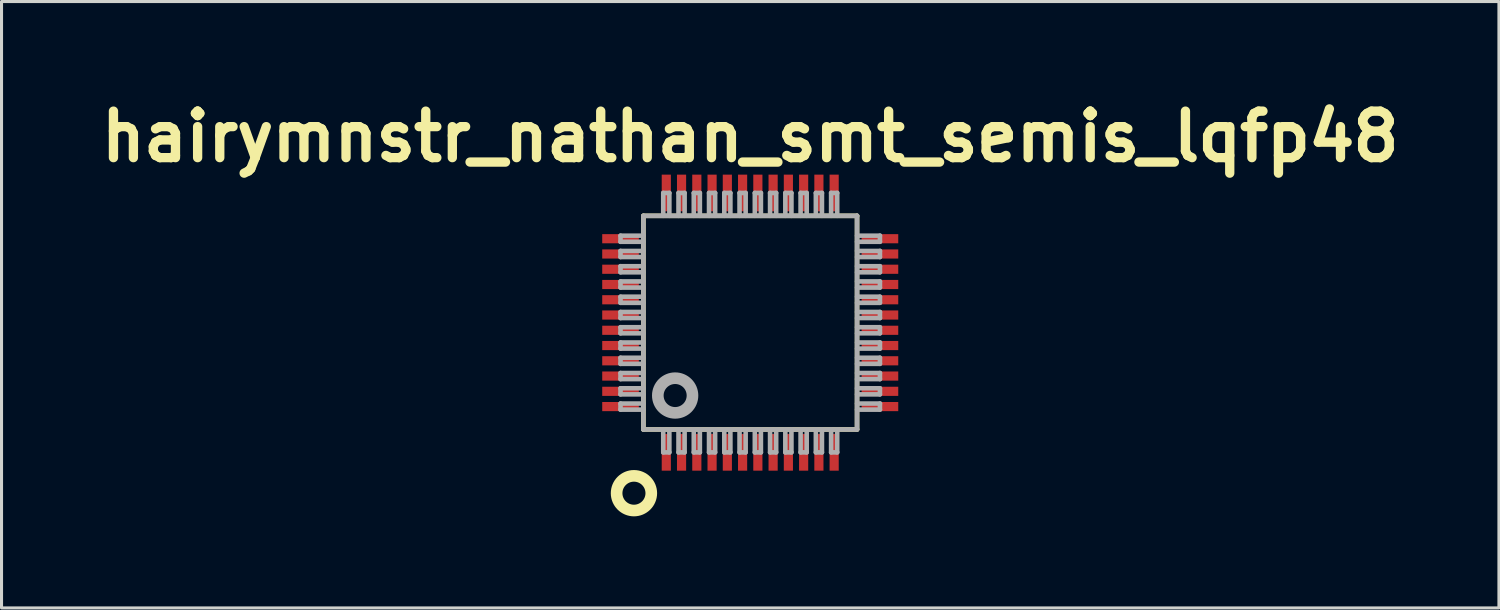
<source format=kicad_pcb>
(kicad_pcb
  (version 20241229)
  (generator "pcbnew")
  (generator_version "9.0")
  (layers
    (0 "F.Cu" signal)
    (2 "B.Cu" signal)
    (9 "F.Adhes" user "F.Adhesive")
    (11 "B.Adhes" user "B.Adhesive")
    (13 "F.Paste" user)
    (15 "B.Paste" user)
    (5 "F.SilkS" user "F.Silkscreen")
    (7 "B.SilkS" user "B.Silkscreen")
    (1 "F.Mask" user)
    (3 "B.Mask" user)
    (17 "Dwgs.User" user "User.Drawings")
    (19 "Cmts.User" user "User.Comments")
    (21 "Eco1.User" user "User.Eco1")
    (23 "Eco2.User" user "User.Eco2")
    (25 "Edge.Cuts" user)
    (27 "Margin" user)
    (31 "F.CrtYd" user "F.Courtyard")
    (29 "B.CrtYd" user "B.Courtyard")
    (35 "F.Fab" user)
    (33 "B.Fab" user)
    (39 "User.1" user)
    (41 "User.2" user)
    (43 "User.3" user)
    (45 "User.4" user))
  (footprint "hairymnstr_nathan_smt_semis_lqfp48"
    (layer "F.Cu")
    (at 21.532 7.522)
    (property "Reference" "hairymnstr_nathan_smt_semis_lqfp48" (at 0 -6.096 0) (layer "F.SilkS") (effects (font (size 1.524 1.524) (thickness 0.305))))
    (attr smd)
    (fp_line (start -3.5 -3.5) (end 3.5 -3.5) (stroke (width 0.15) (type solid)) (layer "F.SilkS"))
    (fp_line (start -3.5 3.5) (end -3.5 -3.5) (stroke (width 0.15) (type solid)) (layer "F.SilkS"))
    (fp_line (start 3.5 -3.5) (end 3.5 3.5) (stroke (width 0.15) (type solid)) (layer "F.SilkS"))
    (fp_line (start 3.5 3.5) (end -3.5 3.5) (stroke (width 0.15) (type solid)) (layer "F.SilkS"))
    (fp_circle (center -3.81 5.588) (end -3.302 5.334) (stroke (width 0.381) (type solid)) (fill no) (layer "F.SilkS"))
    (fp_line (start -4.25 -2.85) (end -4.25 -2.65) (stroke (width 0.15) (type solid)) (layer "F.Fab"))
    (fp_line (start -4.25 -2.65) (end -3.5 -2.65) (stroke (width 0.15) (type solid)) (layer "F.Fab"))
    (fp_line (start -4.25 -2.35) (end -4.25 -2.15) (stroke (width 0.15) (type solid)) (layer "F.Fab"))
    (fp_line (start -4.25 -2.15) (end -3.5 -2.15) (stroke (width 0.15) (type solid)) (layer "F.Fab"))
    (fp_line (start -4.25 -1.85) (end -4.25 -1.65) (stroke (width 0.15) (type solid)) (layer "F.Fab"))
    (fp_line (start -4.25 -1.65) (end -3.5 -1.65) (stroke (width 0.15) (type solid)) (layer "F.Fab"))
    (fp_line (start -4.25 -1.35) (end -4.25 -1.15) (stroke (width 0.15) (type solid)) (layer "F.Fab"))
    (fp_line (start -4.25 -1.15) (end -3.5 -1.15) (stroke (width 0.15) (type solid)) (layer "F.Fab"))
    (fp_line (start -4.25 -0.85) (end -4.25 -0.65) (stroke (width 0.15) (type solid)) (layer "F.Fab"))
    (fp_line (start -4.25 -0.65) (end -3.5 -0.65) (stroke (width 0.15) (type solid)) (layer "F.Fab"))
    (fp_line (start -4.25 -0.35) (end -4.25 -0.15) (stroke (width 0.15) (type solid)) (layer "F.Fab"))
    (fp_line (start -4.25 -0.15) (end -3.5 -0.15) (stroke (width 0.15) (type solid)) (layer "F.Fab"))
    (fp_line (start -4.25 0.15) (end -4.25 0.35) (stroke (width 0.15) (type solid)) (layer "F.Fab"))
    (fp_line (start -4.25 0.35) (end -3.5 0.35) (stroke (width 0.15) (type solid)) (layer "F.Fab"))
    (fp_line (start -4.25 0.65) (end -4.25 0.85) (stroke (width 0.15) (type solid)) (layer "F.Fab"))
    (fp_line (start -4.25 0.85) (end -3.5 0.85) (stroke (width 0.15) (type solid)) (layer "F.Fab"))
    (fp_line (start -4.25 1.15) (end -4.25 1.35) (stroke (width 0.15) (type solid)) (layer "F.Fab"))
    (fp_line (start -4.25 1.35) (end -3.5 1.35) (stroke (width 0.15) (type solid)) (layer "F.Fab"))
    (fp_line (start -4.25 1.65) (end -4.25 1.85) (stroke (width 0.15) (type solid)) (layer "F.Fab"))
    (fp_line (start -4.25 1.85) (end -3.5 1.85) (stroke (width 0.15) (type solid)) (layer "F.Fab"))
    (fp_line (start -4.25 2.15) (end -4.25 2.35) (stroke (width 0.15) (type solid)) (layer "F.Fab"))
    (fp_line (start -4.25 2.35) (end -3.5 2.35) (stroke (width 0.15) (type solid)) (layer "F.Fab"))
    (fp_line (start -4.25 2.65) (end -4.25 2.85) (stroke (width 0.15) (type solid)) (layer "F.Fab"))
    (fp_line (start -4.25 2.85) (end -3.5 2.85) (stroke (width 0.15) (type solid)) (layer "F.Fab"))
    (fp_line (start -3.5 -3.5) (end 3.5 -3.5) (stroke (width 0.15) (type solid)) (layer "F.Fab"))
    (fp_line (start -3.5 -2.85) (end -4.25 -2.85) (stroke (width 0.15) (type solid)) (layer "F.Fab"))
    (fp_line (start -3.5 -2.35) (end -4.25 -2.35) (stroke (width 0.15) (type solid)) (layer "F.Fab"))
    (fp_line (start -3.5 -1.85) (end -4.25 -1.85) (stroke (width 0.15) (type solid)) (layer "F.Fab"))
    (fp_line (start -3.5 -1.35) (end -4.25 -1.35) (stroke (width 0.15) (type solid)) (layer "F.Fab"))
    (fp_line (start -3.5 -0.85) (end -4.25 -0.85) (stroke (width 0.15) (type solid)) (layer "F.Fab"))
    (fp_line (start -3.5 -0.35) (end -4.25 -0.35) (stroke (width 0.15) (type solid)) (layer "F.Fab"))
    (fp_line (start -3.5 0.15) (end -4.25 0.15) (stroke (width 0.15) (type solid)) (layer "F.Fab"))
    (fp_line (start -3.5 0.65) (end -4.25 0.65) (stroke (width 0.15) (type solid)) (layer "F.Fab"))
    (fp_line (start -3.5 1.15) (end -4.25 1.15) (stroke (width 0.15) (type solid)) (layer "F.Fab"))
    (fp_line (start -3.5 1.65) (end -4.25 1.65) (stroke (width 0.15) (type solid)) (layer "F.Fab"))
    (fp_line (start -3.5 2.15) (end -4.25 2.15) (stroke (width 0.15) (type solid)) (layer "F.Fab"))
    (fp_line (start -3.5 2.65) (end -4.25 2.65) (stroke (width 0.15) (type solid)) (layer "F.Fab"))
    (fp_line (start -3.5 3.5) (end -3.5 -3.5) (stroke (width 0.15) (type solid)) (layer "F.Fab"))
    (fp_line (start -2.85 -4.25) (end -2.65 -4.25) (stroke (width 0.15) (type solid)) (layer "F.Fab"))
    (fp_line (start -2.85 -3.5) (end -2.85 -4.25) (stroke (width 0.15) (type solid)) (layer "F.Fab"))
    (fp_line (start -2.85 3.5) (end -2.85 4.25) (stroke (width 0.15) (type solid)) (layer "F.Fab"))
    (fp_line (start -2.85 4.25) (end -2.65 4.25) (stroke (width 0.15) (type solid)) (layer "F.Fab"))
    (fp_line (start -2.65 -4.25) (end -2.65 -3.5) (stroke (width 0.15) (type solid)) (layer "F.Fab"))
    (fp_line (start -2.65 4.25) (end -2.65 3.5) (stroke (width 0.15) (type solid)) (layer "F.Fab"))
    (fp_line (start -2.35 -4.25) (end -2.15 -4.25) (stroke (width 0.15) (type solid)) (layer "F.Fab"))
    (fp_line (start -2.35 -3.5) (end -2.35 -4.25) (stroke (width 0.15) (type solid)) (layer "F.Fab"))
    (fp_line (start -2.35 3.5) (end -2.35 4.25) (stroke (width 0.15) (type solid)) (layer "F.Fab"))
    (fp_line (start -2.35 4.25) (end -2.15 4.25) (stroke (width 0.15) (type solid)) (layer "F.Fab"))
    (fp_line (start -2.15 -4.25) (end -2.15 -3.5) (stroke (width 0.15) (type solid)) (layer "F.Fab"))
    (fp_line (start -2.15 4.25) (end -2.15 3.5) (stroke (width 0.15) (type solid)) (layer "F.Fab"))
    (fp_line (start -1.85 -4.25) (end -1.65 -4.25) (stroke (width 0.15) (type solid)) (layer "F.Fab"))
    (fp_line (start -1.85 -3.5) (end -1.85 -4.25) (stroke (width 0.15) (type solid)) (layer "F.Fab"))
    (fp_line (start -1.85 3.5) (end -1.85 4.25) (stroke (width 0.15) (type solid)) (layer "F.Fab"))
    (fp_line (start -1.85 4.25) (end -1.65 4.25) (stroke (width 0.15) (type solid)) (layer "F.Fab"))
    (fp_line (start -1.65 -4.25) (end -1.65 -3.5) (stroke (width 0.15) (type solid)) (layer "F.Fab"))
    (fp_line (start -1.65 4.25) (end -1.65 3.5) (stroke (width 0.15) (type solid)) (layer "F.Fab"))
    (fp_line (start -1.35 -4.25) (end -1.15 -4.25) (stroke (width 0.15) (type solid)) (layer "F.Fab"))
    (fp_line (start -1.35 -3.5) (end -1.35 -4.25) (stroke (width 0.15) (type solid)) (layer "F.Fab"))
    (fp_line (start -1.35 3.5) (end -1.35 4.25) (stroke (width 0.15) (type solid)) (layer "F.Fab"))
    (fp_line (start -1.35 4.25) (end -1.15 4.25) (stroke (width 0.15) (type solid)) (layer "F.Fab"))
    (fp_line (start -1.15 -4.25) (end -1.15 -3.5) (stroke (width 0.15) (type solid)) (layer "F.Fab"))
    (fp_line (start -1.15 4.25) (end -1.15 3.5) (stroke (width 0.15) (type solid)) (layer "F.Fab"))
    (fp_line (start -0.85 -4.25) (end -0.65 -4.25) (stroke (width 0.15) (type solid)) (layer "F.Fab"))
    (fp_line (start -0.85 -3.5) (end -0.85 -4.25) (stroke (width 0.15) (type solid)) (layer "F.Fab"))
    (fp_line (start -0.85 3.5) (end -0.85 4.25) (stroke (width 0.15) (type solid)) (layer "F.Fab"))
    (fp_line (start -0.85 4.25) (end -0.65 4.25) (stroke (width 0.15) (type solid)) (layer "F.Fab"))
    (fp_line (start -0.65 -4.25) (end -0.65 -3.5) (stroke (width 0.15) (type solid)) (layer "F.Fab"))
    (fp_line (start -0.65 4.25) (end -0.65 3.5) (stroke (width 0.15) (type solid)) (layer "F.Fab"))
    (fp_line (start -0.35 -4.25) (end -0.15 -4.25) (stroke (width 0.15) (type solid)) (layer "F.Fab"))
    (fp_line (start -0.35 -3.5) (end -0.35 -4.25) (stroke (width 0.15) (type solid)) (layer "F.Fab"))
    (fp_line (start -0.35 3.5) (end -0.35 4.25) (stroke (width 0.15) (type solid)) (layer "F.Fab"))
    (fp_line (start -0.35 4.25) (end -0.15 4.25) (stroke (width 0.15) (type solid)) (layer "F.Fab"))
    (fp_line (start -0.15 -4.25) (end -0.15 -3.5) (stroke (width 0.15) (type solid)) (layer "F.Fab"))
    (fp_line (start -0.15 4.25) (end -0.15 3.5) (stroke (width 0.15) (type solid)) (layer "F.Fab"))
    (fp_line (start 0.15 -4.25) (end 0.35 -4.25) (stroke (width 0.15) (type solid)) (layer "F.Fab"))
    (fp_line (start 0.15 -3.5) (end 0.15 -4.25) (stroke (width 0.15) (type solid)) (layer "F.Fab"))
    (fp_line (start 0.15 3.5) (end 0.15 4.25) (stroke (width 0.15) (type solid)) (layer "F.Fab"))
    (fp_line (start 0.15 4.25) (end 0.35 4.25) (stroke (width 0.15) (type solid)) (layer "F.Fab"))
    (fp_line (start 0.35 -4.25) (end 0.35 -3.5) (stroke (width 0.15) (type solid)) (layer "F.Fab"))
    (fp_line (start 0.35 4.25) (end 0.35 3.5) (stroke (width 0.15) (type solid)) (layer "F.Fab"))
    (fp_line (start 0.65 -4.25) (end 0.85 -4.25) (stroke (width 0.15) (type solid)) (layer "F.Fab"))
    (fp_line (start 0.65 -3.5) (end 0.65 -4.25) (stroke (width 0.15) (type solid)) (layer "F.Fab"))
    (fp_line (start 0.65 3.5) (end 0.65 4.25) (stroke (width 0.15) (type solid)) (layer "F.Fab"))
    (fp_line (start 0.65 4.25) (end 0.85 4.25) (stroke (width 0.15) (type solid)) (layer "F.Fab"))
    (fp_line (start 0.85 -4.25) (end 0.85 -3.5) (stroke (width 0.15) (type solid)) (layer "F.Fab"))
    (fp_line (start 0.85 4.25) (end 0.85 3.5) (stroke (width 0.15) (type solid)) (layer "F.Fab"))
    (fp_line (start 1.15 -4.25) (end 1.35 -4.25) (stroke (width 0.15) (type solid)) (layer "F.Fab"))
    (fp_line (start 1.15 -3.5) (end 1.15 -4.25) (stroke (width 0.15) (type solid)) (layer "F.Fab"))
    (fp_line (start 1.15 3.5) (end 1.15 4.25) (stroke (width 0.15) (type solid)) (layer "F.Fab"))
    (fp_line (start 1.15 4.25) (end 1.35 4.25) (stroke (width 0.15) (type solid)) (layer "F.Fab"))
    (fp_line (start 1.35 -4.25) (end 1.35 -3.5) (stroke (width 0.15) (type solid)) (layer "F.Fab"))
    (fp_line (start 1.35 4.25) (end 1.35 3.5) (stroke (width 0.15) (type solid)) (layer "F.Fab"))
    (fp_line (start 1.65 -4.25) (end 1.85 -4.25) (stroke (width 0.15) (type solid)) (layer "F.Fab"))
    (fp_line (start 1.65 -3.5) (end 1.65 -4.25) (stroke (width 0.15) (type solid)) (layer "F.Fab"))
    (fp_line (start 1.65 3.5) (end 1.65 4.25) (stroke (width 0.15) (type solid)) (layer "F.Fab"))
    (fp_line (start 1.65 4.25) (end 1.85 4.25) (stroke (width 0.15) (type solid)) (layer "F.Fab"))
    (fp_line (start 1.85 -4.25) (end 1.85 -3.5) (stroke (width 0.15) (type solid)) (layer "F.Fab"))
    (fp_line (start 1.85 4.25) (end 1.85 3.5) (stroke (width 0.15) (type solid)) (layer "F.Fab"))
    (fp_line (start 2.15 -4.25) (end 2.35 -4.25) (stroke (width 0.15) (type solid)) (layer "F.Fab"))
    (fp_line (start 2.15 -3.5) (end 2.15 -4.25) (stroke (width 0.15) (type solid)) (layer "F.Fab"))
    (fp_line (start 2.15 3.5) (end 2.15 4.25) (stroke (width 0.15) (type solid)) (layer "F.Fab"))
    (fp_line (start 2.15 4.25) (end 2.35 4.25) (stroke (width 0.15) (type solid)) (layer "F.Fab"))
    (fp_line (start 2.35 -4.25) (end 2.35 -3.5) (stroke (width 0.15) (type solid)) (layer "F.Fab"))
    (fp_line (start 2.35 4.25) (end 2.35 3.5) (stroke (width 0.15) (type solid)) (layer "F.Fab"))
    (fp_line (start 2.65 -4.25) (end 2.85 -4.25) (stroke (width 0.15) (type solid)) (layer "F.Fab"))
    (fp_line (start 2.65 -3.5) (end 2.65 -4.25) (stroke (width 0.15) (type solid)) (layer "F.Fab"))
    (fp_line (start 2.65 3.5) (end 2.65 4.25) (stroke (width 0.15) (type solid)) (layer "F.Fab"))
    (fp_line (start 2.65 4.25) (end 2.85 4.25) (stroke (width 0.15) (type solid)) (layer "F.Fab"))
    (fp_line (start 2.85 -4.25) (end 2.85 -3.5) (stroke (width 0.15) (type solid)) (layer "F.Fab"))
    (fp_line (start 2.85 4.25) (end 2.85 3.5) (stroke (width 0.15) (type solid)) (layer "F.Fab"))
    (fp_line (start 3.5 -3.5) (end 3.5 3.5) (stroke (width 0.15) (type solid)) (layer "F.Fab"))
    (fp_line (start 3.5 -2.65) (end 4.25 -2.65) (stroke (width 0.15) (type solid)) (layer "F.Fab"))
    (fp_line (start 3.5 -2.15) (end 4.25 -2.15) (stroke (width 0.15) (type solid)) (layer "F.Fab"))
    (fp_line (start 3.5 -1.65) (end 4.25 -1.65) (stroke (width 0.15) (type solid)) (layer "F.Fab"))
    (fp_line (start 3.5 -1.15) (end 4.25 -1.15) (stroke (width 0.15) (type solid)) (layer "F.Fab"))
    (fp_line (start 3.5 -0.65) (end 4.25 -0.65) (stroke (width 0.15) (type solid)) (layer "F.Fab"))
    (fp_line (start 3.5 -0.15) (end 4.25 -0.15) (stroke (width 0.15) (type solid)) (layer "F.Fab"))
    (fp_line (start 3.5 0.35) (end 4.25 0.35) (stroke (width 0.15) (type solid)) (layer "F.Fab"))
    (fp_line (start 3.5 0.85) (end 4.25 0.85) (stroke (width 0.15) (type solid)) (layer "F.Fab"))
    (fp_line (start 3.5 1.35) (end 4.25 1.35) (stroke (width 0.15) (type solid)) (layer "F.Fab"))
    (fp_line (start 3.5 1.85) (end 4.25 1.85) (stroke (width 0.15) (type solid)) (layer "F.Fab"))
    (fp_line (start 3.5 2.35) (end 4.25 2.35) (stroke (width 0.15) (type solid)) (layer "F.Fab"))
    (fp_line (start 3.5 2.85) (end 4.25 2.85) (stroke (width 0.15) (type solid)) (layer "F.Fab"))
    (fp_line (start 3.5 3.5) (end -3.5 3.5) (stroke (width 0.15) (type solid)) (layer "F.Fab"))
    (fp_line (start 4.25 -2.85) (end 3.5 -2.85) (stroke (width 0.15) (type solid)) (layer "F.Fab"))
    (fp_line (start 4.25 -2.65) (end 4.25 -2.85) (stroke (width 0.15) (type solid)) (layer "F.Fab"))
    (fp_line (start 4.25 -2.35) (end 3.5 -2.35) (stroke (width 0.15) (type solid)) (layer "F.Fab"))
    (fp_line (start 4.25 -2.15) (end 4.25 -2.35) (stroke (width 0.15) (type solid)) (layer "F.Fab"))
    (fp_line (start 4.25 -1.85) (end 3.5 -1.85) (stroke (width 0.15) (type solid)) (layer "F.Fab"))
    (fp_line (start 4.25 -1.65) (end 4.25 -1.85) (stroke (width 0.15) (type solid)) (layer "F.Fab"))
    (fp_line (start 4.25 -1.35) (end 3.5 -1.35) (stroke (width 0.15) (type solid)) (layer "F.Fab"))
    (fp_line (start 4.25 -1.15) (end 4.25 -1.35) (stroke (width 0.15) (type solid)) (layer "F.Fab"))
    (fp_line (start 4.25 -0.85) (end 3.5 -0.85) (stroke (width 0.15) (type solid)) (layer "F.Fab"))
    (fp_line (start 4.25 -0.65) (end 4.25 -0.85) (stroke (width 0.15) (type solid)) (layer "F.Fab"))
    (fp_line (start 4.25 -0.35) (end 3.5 -0.35) (stroke (width 0.15) (type solid)) (layer "F.Fab"))
    (fp_line (start 4.25 -0.15) (end 4.25 -0.35) (stroke (width 0.15) (type solid)) (layer "F.Fab"))
    (fp_line (start 4.25 0.15) (end 3.5 0.15) (stroke (width 0.15) (type solid)) (layer "F.Fab"))
    (fp_line (start 4.25 0.35) (end 4.25 0.15) (stroke (width 0.15) (type solid)) (layer "F.Fab"))
    (fp_line (start 4.25 0.65) (end 3.5 0.65) (stroke (width 0.15) (type solid)) (layer "F.Fab"))
    (fp_line (start 4.25 0.85) (end 4.25 0.65) (stroke (width 0.15) (type solid)) (layer "F.Fab"))
    (fp_line (start 4.25 1.15) (end 3.5 1.15) (stroke (width 0.15) (type solid)) (layer "F.Fab"))
    (fp_line (start 4.25 1.35) (end 4.25 1.15) (stroke (width 0.15) (type solid)) (layer "F.Fab"))
    (fp_line (start 4.25 1.65) (end 3.5 1.65) (stroke (width 0.15) (type solid)) (layer "F.Fab"))
    (fp_line (start 4.25 1.85) (end 4.25 1.65) (stroke (width 0.15) (type solid)) (layer "F.Fab"))
    (fp_line (start 4.25 2.15) (end 3.5 2.15) (stroke (width 0.15) (type solid)) (layer "F.Fab"))
    (fp_line (start 4.25 2.35) (end 4.25 2.15) (stroke (width 0.15) (type solid)) (layer "F.Fab"))
    (fp_line (start 4.25 2.65) (end 3.5 2.65) (stroke (width 0.15) (type solid)) (layer "F.Fab"))
    (fp_line (start 4.25 2.85) (end 4.25 2.65) (stroke (width 0.15) (type solid)) (layer "F.Fab"))
    (fp_circle (center -2.46 2.388) (end -1.952 2.134) (stroke (width 0.381) (type solid)) (fill no) (layer "F.Fab"))
    (pad "1" smd rect (at -2.75 4.25) (size 0.3 1.2) (layers "F.Cu" "F.Mask" "F.Paste"))
    (pad "2" smd rect (at -2.25 4.25) (size 0.3 1.2) (layers "F.Cu" "F.Mask" "F.Paste"))
    (pad "3" smd rect (at -1.75 4.25) (size 0.3 1.2) (layers "F.Cu" "F.Mask" "F.Paste"))
    (pad "4" smd rect (at -1.25 4.25) (size 0.3 1.2) (layers "F.Cu" "F.Mask" "F.Paste"))
    (pad "5" smd rect (at -0.75 4.25) (size 0.3 1.2) (layers "F.Cu" "F.Mask" "F.Paste"))
    (pad "6" smd rect (at -0.25 4.25) (size 0.3 1.2) (layers "F.Cu" "F.Mask" "F.Paste"))
    (pad "7" smd rect (at 0.25 4.25) (size 0.3 1.2) (layers "F.Cu" "F.Mask" "F.Paste"))
    (pad "8" smd rect (at 0.75 4.25) (size 0.3 1.2) (layers "F.Cu" "F.Mask" "F.Paste"))
    (pad "9" smd rect (at 1.25 4.25) (size 0.3 1.2) (layers "F.Cu" "F.Mask" "F.Paste"))
    (pad "10" smd rect (at 1.75 4.25) (size 0.3 1.2) (layers "F.Cu" "F.Mask" "F.Paste"))
    (pad "11" smd rect (at 2.25 4.25) (size 0.3 1.2) (layers "F.Cu" "F.Mask" "F.Paste"))
    (pad "12" smd rect (at 2.75 4.25) (size 0.3 1.2) (layers "F.Cu" "F.Mask" "F.Paste"))
    (pad "13" smd rect (at 4.25 2.75) (size 1.2 0.3) (layers "F.Cu" "F.Mask" "F.Paste"))
    (pad "14" smd rect (at 4.25 2.25) (size 1.2 0.3) (layers "F.Cu" "F.Mask" "F.Paste"))
    (pad "15" smd rect (at 4.25 1.75) (size 1.2 0.3) (layers "F.Cu" "F.Mask" "F.Paste"))
    (pad "16" smd rect (at 4.25 1.25) (size 1.2 0.3) (layers "F.Cu" "F.Mask" "F.Paste"))
    (pad "17" smd rect (at 4.25 0.75) (size 1.2 0.3) (layers "F.Cu" "F.Mask" "F.Paste"))
    (pad "18" smd rect (at 4.25 0.25) (size 1.2 0.3) (layers "F.Cu" "F.Mask" "F.Paste"))
    (pad "19" smd rect (at 4.25 -0.25) (size 1.2 0.3) (layers "F.Cu" "F.Mask" "F.Paste"))
    (pad "20" smd rect (at 4.25 -0.75) (size 1.2 0.3) (layers "F.Cu" "F.Mask" "F.Paste"))
    (pad "21" smd rect (at 4.25 -1.25) (size 1.2 0.3) (layers "F.Cu" "F.Mask" "F.Paste"))
    (pad "22" smd rect (at 4.25 -1.75) (size 1.2 0.3) (layers "F.Cu" "F.Mask" "F.Paste"))
    (pad "23" smd rect (at 4.25 -2.25) (size 1.2 0.3) (layers "F.Cu" "F.Mask" "F.Paste"))
    (pad "24" smd rect (at 4.25 -2.75) (size 1.2 0.3) (layers "F.Cu" "F.Mask" "F.Paste"))
    (pad "25" smd rect (at 2.75 -4.25) (size 0.3 1.2) (layers "F.Cu" "F.Mask" "F.Paste"))
    (pad "26" smd rect (at 2.25 -4.25) (size 0.3 1.2) (layers "F.Cu" "F.Mask" "F.Paste"))
    (pad "27" smd rect (at 1.75 -4.25) (size 0.3 1.2) (layers "F.Cu" "F.Mask" "F.Paste"))
    (pad "28" smd rect (at 1.25 -4.25) (size 0.3 1.2) (layers "F.Cu" "F.Mask" "F.Paste"))
    (pad "29" smd rect (at 0.75 -4.25) (size 0.3 1.2) (layers "F.Cu" "F.Mask" "F.Paste"))
    (pad "30" smd rect (at 0.25 -4.25) (size 0.3 1.2) (layers "F.Cu" "F.Mask" "F.Paste"))
    (pad "31" smd rect (at -0.25 -4.25) (size 0.3 1.2) (layers "F.Cu" "F.Mask" "F.Paste"))
    (pad "32" smd rect (at -0.75 -4.25) (size 0.3 1.2) (layers "F.Cu" "F.Mask" "F.Paste"))
    (pad "33" smd rect (at -1.25 -4.25) (size 0.3 1.2) (layers "F.Cu" "F.Mask" "F.Paste"))
    (pad "34" smd rect (at -1.75 -4.25) (size 0.3 1.2) (layers "F.Cu" "F.Mask" "F.Paste"))
    (pad "35" smd rect (at -2.25 -4.25) (size 0.3 1.2) (layers "F.Cu" "F.Mask" "F.Paste"))
    (pad "36" smd rect (at -2.75 -4.25) (size 0.3 1.2) (layers "F.Cu" "F.Mask" "F.Paste"))
    (pad "37" smd rect (at -4.25 -2.75) (size 1.2 0.3) (layers "F.Cu" "F.Mask" "F.Paste"))
    (pad "38" smd rect (at -4.25 -2.25) (size 1.2 0.3) (layers "F.Cu" "F.Mask" "F.Paste"))
    (pad "39" smd rect (at -4.25 -1.75) (size 1.2 0.3) (layers "F.Cu" "F.Mask" "F.Paste"))
    (pad "40" smd rect (at -4.25 -1.25) (size 1.2 0.3) (layers "F.Cu" "F.Mask" "F.Paste"))
    (pad "41" smd rect (at -4.25 -0.75) (size 1.2 0.3) (layers "F.Cu" "F.Mask" "F.Paste"))
    (pad "42" smd rect (at -4.25 -0.25) (size 1.2 0.3) (layers "F.Cu" "F.Mask" "F.Paste"))
    (pad "43" smd rect (at -4.25 0.25) (size 1.2 0.3) (layers "F.Cu" "F.Mask" "F.Paste"))
    (pad "44" smd rect (at -4.25 0.75) (size 1.2 0.3) (layers "F.Cu" "F.Mask" "F.Paste"))
    (pad "45" smd rect (at -4.25 1.25) (size 1.2 0.3) (layers "F.Cu" "F.Mask" "F.Paste"))
    (pad "46" smd rect (at -4.25 1.75) (size 1.2 0.3) (layers "F.Cu" "F.Mask" "F.Paste"))
    (pad "47" smd rect (at -4.25 2.25) (size 1.2 0.3) (layers "F.Cu" "F.Mask" "F.Paste"))
    (pad "48" smd rect (at -4.25 2.75) (size 1.2 0.3) (layers "F.Cu" "F.Mask" "F.Paste")))
  (gr_rect
    (start -3 -3)
    (end 46.064 16.869)
    (stroke (width 0.1) (type default))
    (fill no)
    (layer "Edge.Cuts")))
</source>
